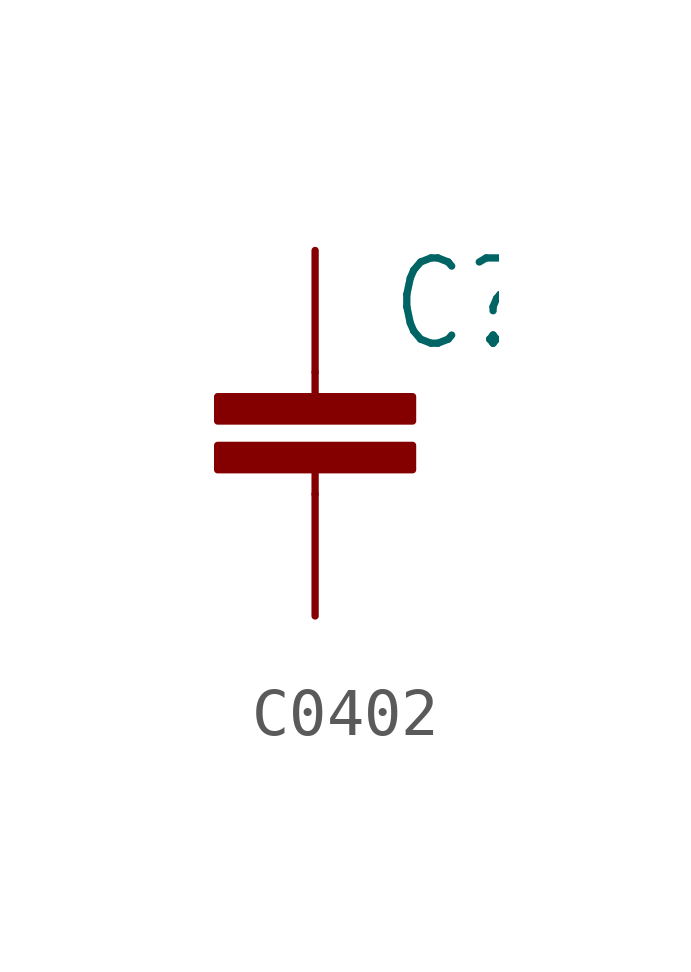
<source format=kicad_sym>
(kicad_symbol_lib
  (version 20241209)
  (generator "kicad_symbol_editor")
  (generator_version "9.0")
  (symbol "C0402"
    (property "Reference" "C"
      (at 1.524 0.381 0)
      (effects (font (size 1.778 1.511)) (justify left bottom)))
    (property "Value" ""
      (at 1.524 -4.699 0)
      (effects (font (size 1.778 1.511)) (justify left bottom)))
    (property "ki_locked" ""
      (at 0 0 0)
      (effects (font (size 1.27 1.27))))
    (symbol "C0402_1_0"
      (rectangle (start -2.032 -1.016) (end 2.032 -0.508) (stroke (width 0) (type default)) (fill (type outline)))
      (rectangle (start -2.032 -2.032) (end 2.032 -1.524) (stroke (width 0) (type default)) (fill (type outline)))
      (polyline (pts (xy 0 0) (xy 0 -0.508)) (stroke (width 0.152) (type solid)) (fill (type none)))
      (polyline (pts (xy 0 -2.54) (xy 0 -2.032)) (stroke (width 0.152) (type solid)) (fill (type none)))
      (pin passive line (at 0 2.54 270) (length 2.54) (name "1" (effects (font (size 0 0)))) (number "P$1" (effects (font (size 0 0)))))
      (pin passive line (at 0 -5.08 90) (length 2.54) (name "2" (effects (font (size 0 0)))) (number "P$2" (effects (font (size 0 0))))))))
</source>
